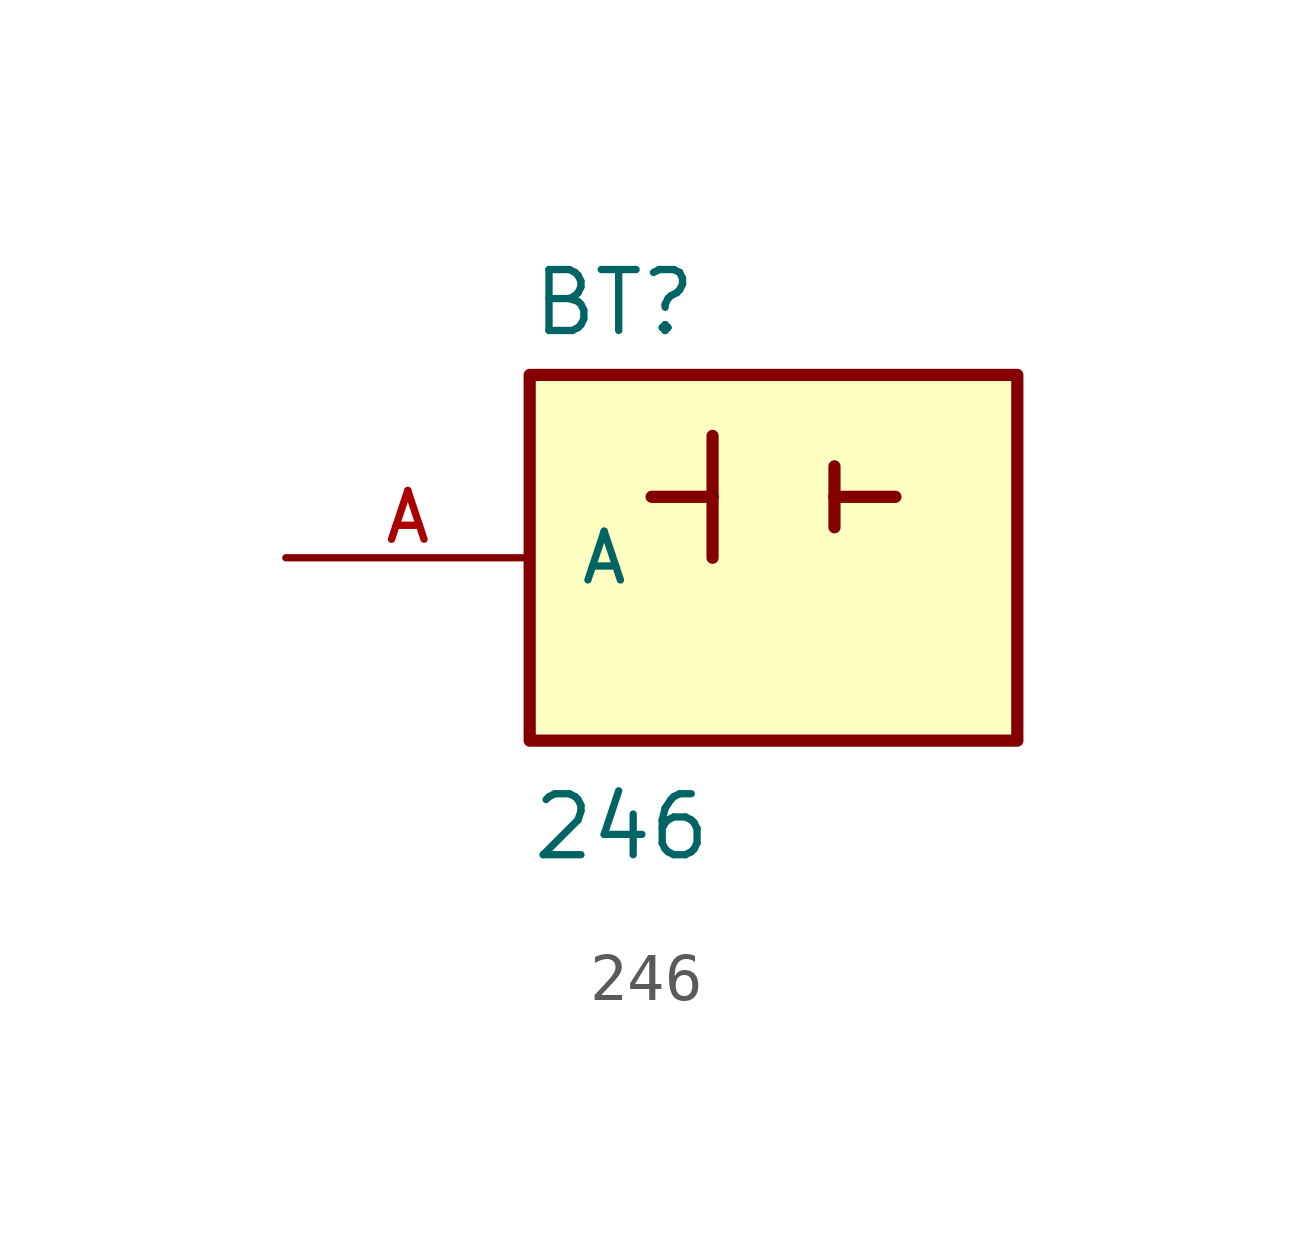
<source format=kicad_sym>
(kicad_symbol_lib
  (version 20231120)
  (generator "kicad_symbol_editor")
  (generator_version "8.0")
  (symbol "246"
    (pin_names
      (offset 1.016))
    (property "Reference" "BT"
      (at -5.08 3.302 0)
      (effects (font (size 1.27 1.27)) (justify left bottom)))
    (property "Value" "246"
      (at -5.08 -7.62 0)
      (effects (font (size 1.27 1.27)) (justify left bottom)))
    (symbol "246_0_0"
      (rectangle (start -5.08 2.54) (end 5.08 -5.08) (stroke (width 0.254) (type default)) (fill (type background)))
      (polyline (pts (xy -1.27 0) (xy -2.54 0)) (stroke (width 0.254) (type default)) (fill (type none)))
      (polyline (pts (xy -1.27 0) (xy -1.27 -1.27)) (stroke (width 0.254) (type default)) (fill (type none)))
      (polyline (pts (xy -1.27 1.27) (xy -1.27 0)) (stroke (width 0.254) (type default)) (fill (type none)))
      (polyline (pts (xy 1.27 0) (xy 1.27 -0.635)) (stroke (width 0.254) (type default)) (fill (type none)))
      (polyline (pts (xy 1.27 0) (xy 2.54 0)) (stroke (width 0.254) (type default)) (fill (type none)))
      (polyline (pts (xy 1.27 0.635) (xy 1.27 0)) (stroke (width 0.254) (type default)) (fill (type none))))
    (symbol "246_1_0"
      (pin passive line (at -10.16 -1.27 0) (length 5.08) (name "A" (effects (font (size 1.016 1.016)))) (number "A" (effects (font (size 1.016 1.016))))))))
</source>
